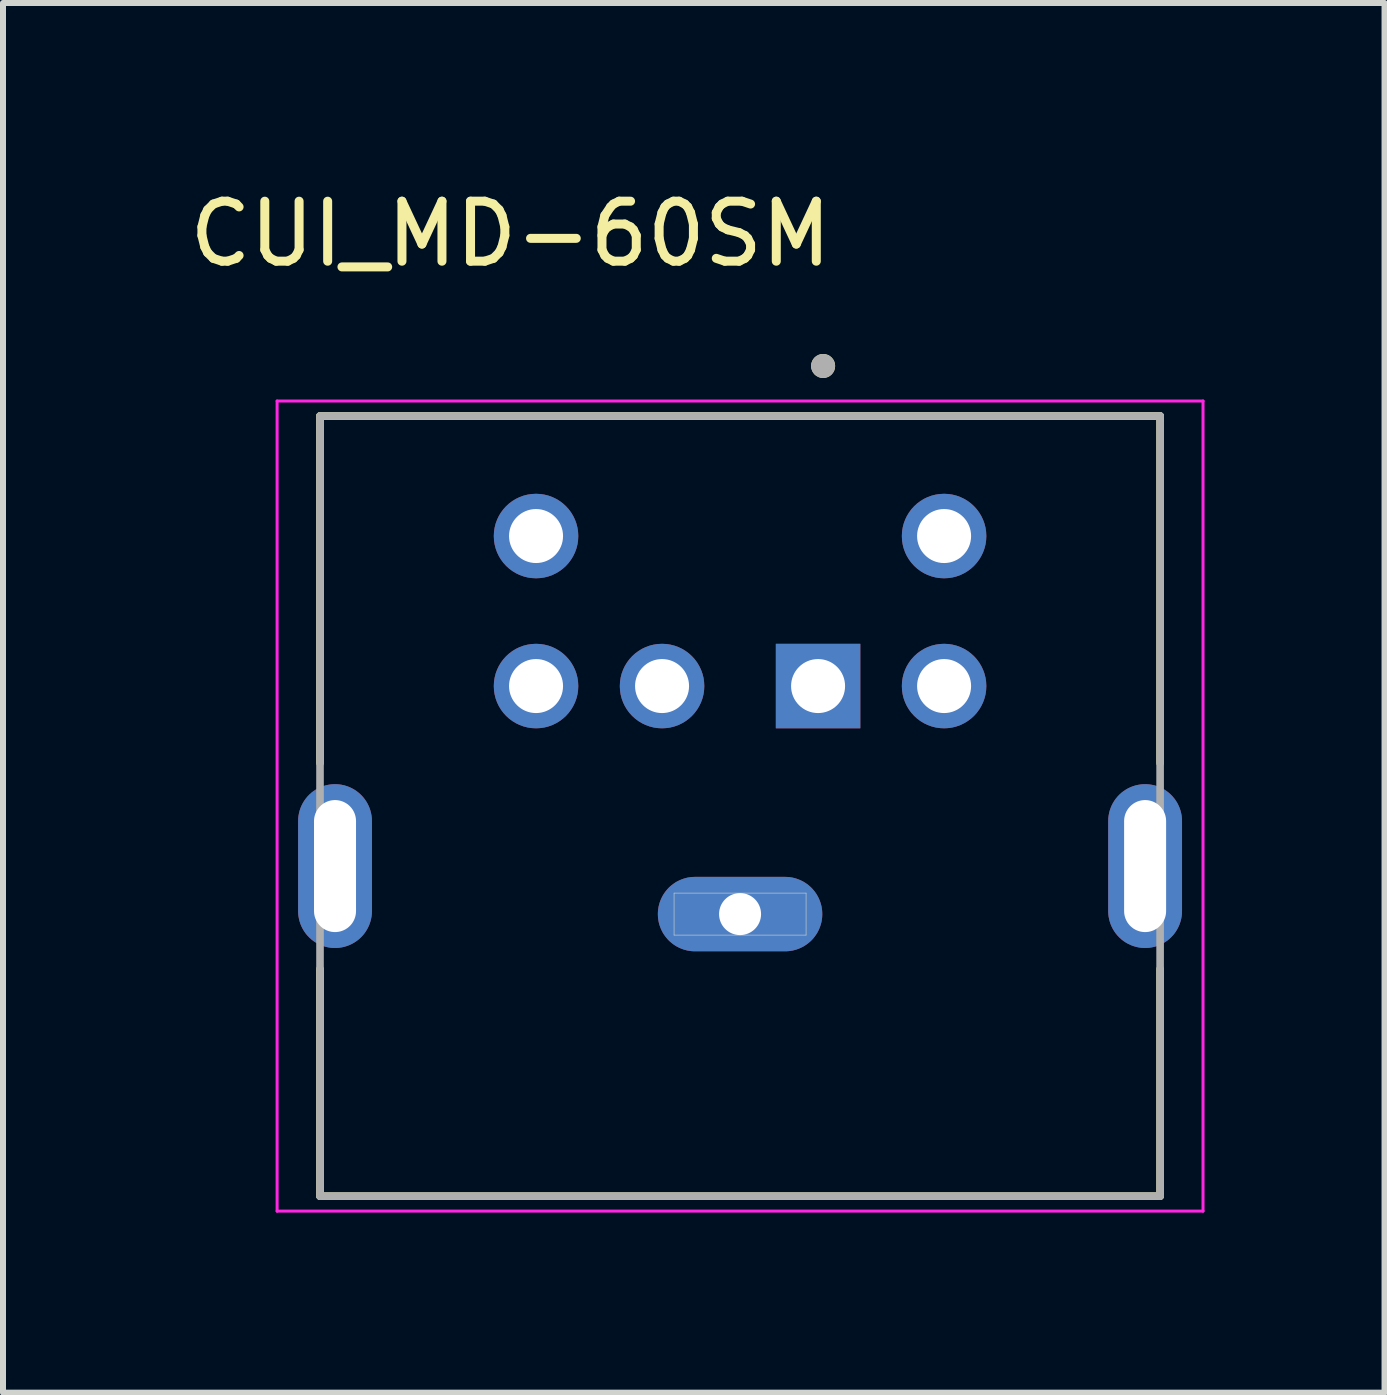
<source format=kicad_pcb>
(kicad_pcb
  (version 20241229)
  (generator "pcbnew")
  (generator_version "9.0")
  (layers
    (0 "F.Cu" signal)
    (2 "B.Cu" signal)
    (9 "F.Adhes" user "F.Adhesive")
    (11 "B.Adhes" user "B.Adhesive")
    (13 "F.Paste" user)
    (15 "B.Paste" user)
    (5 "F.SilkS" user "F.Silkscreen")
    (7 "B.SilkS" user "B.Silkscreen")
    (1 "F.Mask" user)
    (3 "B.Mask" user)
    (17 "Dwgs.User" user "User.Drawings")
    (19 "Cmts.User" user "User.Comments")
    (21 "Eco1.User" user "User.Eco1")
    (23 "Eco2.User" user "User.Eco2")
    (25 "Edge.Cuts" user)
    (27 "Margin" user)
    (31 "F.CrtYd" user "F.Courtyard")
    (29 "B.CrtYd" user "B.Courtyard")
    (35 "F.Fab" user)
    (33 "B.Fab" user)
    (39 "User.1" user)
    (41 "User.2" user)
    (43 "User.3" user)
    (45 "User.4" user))
  (footprint "CUI_MD-60SM"
    (layer "F.Cu")
    (at 9.283 12.183)
    (property "Reference" "CUI_MD-60SM" (at -3.825 -11.335 0) (layer "F.SilkS") (effects (font (size 1 1) (thickness 0.15))))
    (attr through_hole)
    (fp_poly (pts (xy 0 0.715) (xy -0.75 0.715) (xy -0.787 0.714) (xy -0.825 0.711) (xy -0.862 0.706) (xy -0.899 0.699) (xy -0.935 0.691) (xy -0.971 0.68) (xy -1.006 0.668) (xy -1.041 0.653) (xy -1.075 0.637) (xy -1.107 0.619) (xy -1.139 0.6) (xy -1.17 0.578) (xy -1.2 0.556) (xy -1.228 0.531) (xy -1.256 0.506) (xy -1.281 0.478) (xy -1.306 0.45) (xy -1.328 0.42) (xy -1.35 0.389) (xy -1.369 0.357) (xy -1.387 0.325) (xy -1.403 0.291) (xy -1.418 0.256) (xy -1.43 0.221) (xy -1.441 0.185) (xy -1.449 0.149) (xy -1.456 0.112) (xy -1.461 0.075) (xy -1.464 0.037) (xy -1.465 0) (xy -1.464 -0.037) (xy -1.461 -0.075) (xy -1.456 -0.112) (xy -1.449 -0.149) (xy -1.441 -0.185) (xy -1.43 -0.221) (xy -1.418 -0.256) (xy -1.403 -0.291) (xy -1.387 -0.325) (xy -1.369 -0.357) (xy -1.35 -0.389) (xy -1.328 -0.42) (xy -1.306 -0.45) (xy -1.281 -0.478) (xy -1.256 -0.506) (xy -1.228 -0.531) (xy -1.2 -0.556) (xy -1.17 -0.578) (xy -1.139 -0.6) (xy -1.107 -0.619) (xy -1.075 -0.637) (xy -1.041 -0.653) (xy -1.006 -0.668) (xy -0.971 -0.68) (xy -0.935 -0.691) (xy -0.899 -0.699) (xy -0.862 -0.706) (xy -0.825 -0.711) (xy -0.787 -0.714) (xy -0.75 -0.715) (xy 0 -0.715) (xy 0.75 -0.715) (xy 0.787 -0.714) (xy 0.825 -0.711) (xy 0.862 -0.706) (xy 0.899 -0.699) (xy 0.935 -0.691) (xy 0.971 -0.68) (xy 1.006 -0.668) (xy 1.041 -0.653) (xy 1.075 -0.637) (xy 1.107 -0.619) (xy 1.139 -0.6) (xy 1.17 -0.578) (xy 1.2 -0.556) (xy 1.228 -0.531) (xy 1.256 -0.506) (xy 1.281 -0.478) (xy 1.306 -0.45) (xy 1.328 -0.42) (xy 1.35 -0.389) (xy 1.369 -0.357) (xy 1.387 -0.325) (xy 1.403 -0.291) (xy 1.418 -0.256) (xy 1.43 -0.221) (xy 1.441 -0.185) (xy 1.449 -0.149) (xy 1.456 -0.112) (xy 1.461 -0.075) (xy 1.464 -0.037) (xy 1.465 0) (xy 1.464 0.037) (xy 1.461 0.075) (xy 1.456 0.112) (xy 1.449 0.149) (xy 1.441 0.185) (xy 1.43 0.221) (xy 1.418 0.256) (xy 1.403 0.291) (xy 1.387 0.325) (xy 1.369 0.357) (xy 1.35 0.389) (xy 1.328 0.42) (xy 1.306 0.45) (xy 1.281 0.478) (xy 1.256 0.506) (xy 1.228 0.531) (xy 1.2 0.556) (xy 1.17 0.578) (xy 1.139 0.6) (xy 1.107 0.619) (xy 1.075 0.637) (xy 1.041 0.653) (xy 1.006 0.668) (xy 0.971 0.68) (xy 0.935 0.691) (xy 0.899 0.699) (xy 0.862 0.706) (xy 0.825 0.711) (xy 0.787 0.714) (xy 0.75 0.715) (xy 0 0.715)) (stroke (width 0.01) (type solid)) (fill yes) (layer "F.Mask"))
    (fp_poly (pts (xy 0 0.715) (xy -0.75 0.715) (xy -0.787 0.714) (xy -0.825 0.711) (xy -0.862 0.706) (xy -0.899 0.699) (xy -0.935 0.691) (xy -0.971 0.68) (xy -1.006 0.668) (xy -1.041 0.653) (xy -1.075 0.637) (xy -1.107 0.619) (xy -1.139 0.6) (xy -1.17 0.578) (xy -1.2 0.556) (xy -1.228 0.531) (xy -1.256 0.506) (xy -1.281 0.478) (xy -1.306 0.45) (xy -1.328 0.42) (xy -1.35 0.389) (xy -1.369 0.357) (xy -1.387 0.325) (xy -1.403 0.291) (xy -1.418 0.256) (xy -1.43 0.221) (xy -1.441 0.185) (xy -1.449 0.149) (xy -1.456 0.112) (xy -1.461 0.075) (xy -1.464 0.037) (xy -1.465 0) (xy -1.464 -0.037) (xy -1.461 -0.075) (xy -1.456 -0.112) (xy -1.449 -0.149) (xy -1.441 -0.185) (xy -1.43 -0.221) (xy -1.418 -0.256) (xy -1.403 -0.291) (xy -1.387 -0.325) (xy -1.369 -0.357) (xy -1.35 -0.389) (xy -1.328 -0.42) (xy -1.306 -0.45) (xy -1.281 -0.478) (xy -1.256 -0.506) (xy -1.228 -0.531) (xy -1.2 -0.556) (xy -1.17 -0.578) (xy -1.139 -0.6) (xy -1.107 -0.619) (xy -1.075 -0.637) (xy -1.041 -0.653) (xy -1.006 -0.668) (xy -0.971 -0.68) (xy -0.935 -0.691) (xy -0.899 -0.699) (xy -0.862 -0.706) (xy -0.825 -0.711) (xy -0.787 -0.714) (xy -0.75 -0.715) (xy 0 -0.715) (xy 0.75 -0.715) (xy 0.787 -0.714) (xy 0.825 -0.711) (xy 0.862 -0.706) (xy 0.899 -0.699) (xy 0.935 -0.691) (xy 0.971 -0.68) (xy 1.006 -0.668) (xy 1.041 -0.653) (xy 1.075 -0.637) (xy 1.107 -0.619) (xy 1.139 -0.6) (xy 1.17 -0.578) (xy 1.2 -0.556) (xy 1.228 -0.531) (xy 1.256 -0.506) (xy 1.281 -0.478) (xy 1.306 -0.45) (xy 1.328 -0.42) (xy 1.35 -0.389) (xy 1.369 -0.357) (xy 1.387 -0.325) (xy 1.403 -0.291) (xy 1.418 -0.256) (xy 1.43 -0.221) (xy 1.441 -0.185) (xy 1.449 -0.149) (xy 1.456 -0.112) (xy 1.461 -0.075) (xy 1.464 -0.037) (xy 1.465 0) (xy 1.464 0.037) (xy 1.461 0.075) (xy 1.456 0.112) (xy 1.449 0.149) (xy 1.441 0.185) (xy 1.43 0.221) (xy 1.418 0.256) (xy 1.403 0.291) (xy 1.387 0.325) (xy 1.369 0.357) (xy 1.35 0.389) (xy 1.328 0.42) (xy 1.306 0.45) (xy 1.281 0.478) (xy 1.256 0.506) (xy 1.228 0.531) (xy 1.2 0.556) (xy 1.17 0.578) (xy 1.139 0.6) (xy 1.107 0.619) (xy 1.075 0.637) (xy 1.041 0.653) (xy 1.006 0.668) (xy 0.971 0.68) (xy 0.935 0.691) (xy 0.899 0.699) (xy 0.862 0.706) (xy 0.825 0.711) (xy 0.787 0.714) (xy 0.75 0.715) (xy 0 0.715)) (stroke (width 0.01) (type solid)) (fill yes) (layer "B.Mask"))
    (fp_line (start -7 -8.3) (end 7 -8.3) (stroke (width 0.127) (type solid)) (layer "F.SilkS"))
    (fp_line (start -7 -2.515) (end -7 -8.3) (stroke (width 0.127) (type solid)) (layer "F.SilkS"))
    (fp_line (start -7 4.7) (end -7 0.915) (stroke (width 0.127) (type solid)) (layer "F.SilkS"))
    (fp_line (start 7 -8.3) (end 7 -2.515) (stroke (width 0.127) (type solid)) (layer "F.SilkS"))
    (fp_line (start 7 4.7) (end -7 4.7) (stroke (width 0.127) (type solid)) (layer "F.SilkS"))
    (fp_line (start 7 4.7) (end 7 0.915) (stroke (width 0.127) (type solid)) (layer "F.SilkS"))
    (fp_circle (center 1.384 -9.134) (end 1.484 -9.134) (stroke (width 0.2) (type solid)) (fill no) (layer "F.SilkS"))
    (fp_line (start -1.1 -0.35) (end 1.1 -0.35) (stroke (width 0.01) (type solid)) (layer "Edge.Cuts"))
    (fp_line (start -1.1 0.35) (end -1.1 -0.35) (stroke (width 0.01) (type solid)) (layer "Edge.Cuts"))
    (fp_line (start 1.1 -0.35) (end 1.1 0.35) (stroke (width 0.01) (type solid)) (layer "Edge.Cuts"))
    (fp_line (start 1.1 0.35) (end -1.1 0.35) (stroke (width 0.01) (type solid)) (layer "Edge.Cuts"))
    (fp_line (start -7.715 -8.55) (end -7.715 4.95) (stroke (width 0.05) (type solid)) (layer "F.CrtYd"))
    (fp_line (start -7.715 4.95) (end 7.715 4.95) (stroke (width 0.05) (type solid)) (layer "F.CrtYd"))
    (fp_line (start 7.715 -8.55) (end -7.715 -8.55) (stroke (width 0.05) (type solid)) (layer "F.CrtYd"))
    (fp_line (start 7.715 4.95) (end 7.715 -8.55) (stroke (width 0.05) (type solid)) (layer "F.CrtYd"))
    (fp_line (start -7 -8.3) (end 7 -8.3) (stroke (width 0.127) (type solid)) (layer "F.Fab"))
    (fp_line (start -7 4.7) (end -7 -8.3) (stroke (width 0.127) (type solid)) (layer "F.Fab"))
    (fp_line (start 7 -8.3) (end 7 4.7) (stroke (width 0.127) (type solid)) (layer "F.Fab"))
    (fp_line (start 7 4.7) (end -7 4.7) (stroke (width 0.127) (type solid)) (layer "F.Fab"))
    (fp_circle (center 1.384 -9.134) (end 1.484 -9.134) (stroke (width 0.2) (type solid)) (fill no) (layer "F.Fab"))
    (pad "1" thru_hole rect (at 1.3 -3.8) (size 1.408 1.408) (drill 0.9) (layers "*.Cu" "*.Mask"))
    (pad "2" thru_hole circle (at -1.3 -3.8) (size 1.408 1.408) (drill 0.9) (layers "*.Cu" "*.Mask"))
    (pad "3" thru_hole circle (at 3.4 -3.8) (size 1.408 1.408) (drill 0.9) (layers "*.Cu" "*.Mask"))
    (pad "4" thru_hole circle (at -3.4 -3.8) (size 1.408 1.408) (drill 0.9) (layers "*.Cu" "*.Mask"))
    (pad "5" thru_hole circle (at 3.4 -6.3) (size 1.408 1.408) (drill 0.9) (layers "*.Cu" "*.Mask"))
    (pad "6" thru_hole circle (at -3.4 -6.3) (size 1.408 1.408) (drill 0.9) (layers "*.Cu" "*.Mask"))
    (pad "S1" thru_hole custom (at 0 0) (size 1.23 1.23) (drill 0.7) (layers "*.Cu") (options (anchor circle)) (primitives (gr_poly (pts (xy 0 0.615) (xy -0.75 0.615) (xy -0.782 0.614) (xy -0.814 0.612) (xy -0.846 0.607) (xy -0.878 0.602) (xy -0.909 0.594) (xy -0.94 0.585) (xy -0.97 0.574) (xy -1 0.562) (xy -1.029 0.548) (xy -1.058 0.533) (xy -1.085 0.516) (xy -1.111 0.498) (xy -1.137 0.478) (xy -1.162 0.457) (xy -1.185 0.435) (xy -1.207 0.412) (xy -1.228 0.387) (xy -1.248 0.361) (xy -1.266 0.335) (xy -1.283 0.308) (xy -1.298 0.279) (xy -1.312 0.25) (xy -1.324 0.22) (xy -1.335 0.19) (xy -1.344 0.159) (xy -1.352 0.128) (xy -1.357 0.096) (xy -1.362 0.064) (xy -1.364 0.032) (xy -1.365 0) (xy -1.364 -0.032) (xy -1.362 -0.064) (xy -1.357 -0.096) (xy -1.352 -0.128) (xy -1.344 -0.159) (xy -1.335 -0.19) (xy -1.324 -0.22) (xy -1.312 -0.25) (xy -1.298 -0.279) (xy -1.283 -0.307) (xy -1.266 -0.335) (xy -1.248 -0.361) (xy -1.228 -0.387) (xy -1.207 -0.412) (xy -1.185 -0.435) (xy -1.162 -0.457) (xy -1.137 -0.478) (xy -1.111 -0.498) (xy -1.085 -0.516) (xy -1.058 -0.533) (xy -1.029 -0.548) (xy -1 -0.562) (xy -0.97 -0.574) (xy -0.94 -0.585) (xy -0.909 -0.594) (xy -0.878 -0.602) (xy -0.846 -0.607) (xy -0.814 -0.612) (xy -0.782 -0.614) (xy -0.75 -0.615) (xy 0 -0.615) (xy 0.75 -0.615) (xy 0.782 -0.614) (xy 0.814 -0.612) (xy 0.846 -0.607) (xy 0.878 -0.602) (xy 0.909 -0.594) (xy 0.94 -0.585) (xy 0.97 -0.574) (xy 1 -0.562) (xy 1.029 -0.548) (xy 1.058 -0.533) (xy 1.085 -0.516) (xy 1.111 -0.498) (xy 1.137 -0.478) (xy 1.162 -0.457) (xy 1.185 -0.435) (xy 1.207 -0.412) (xy 1.228 -0.387) (xy 1.248 -0.361) (xy 1.266 -0.335) (xy 1.283 -0.307) (xy 1.298 -0.279) (xy 1.312 -0.25) (xy 1.324 -0.22) (xy 1.335 -0.19) (xy 1.344 -0.159) (xy 1.352 -0.128) (xy 1.357 -0.096) (xy 1.362 -0.064) (xy 1.364 -0.032) (xy 1.365 0) (xy 1.364 0.032) (xy 1.362 0.064) (xy 1.357 0.096) (xy 1.352 0.128) (xy 1.344 0.159) (xy 1.335 0.19) (xy 1.324 0.22) (xy 1.312 0.25) (xy 1.298 0.279) (xy 1.283 0.307) (xy 1.266 0.335) (xy 1.248 0.361) (xy 1.228 0.387) (xy 1.207 0.412) (xy 1.185 0.435) (xy 1.162 0.457) (xy 1.137 0.478) (xy 1.111 0.498) (xy 1.085 0.516) (xy 1.058 0.533) (xy 1.029 0.548) (xy 1 0.562) (xy 0.97 0.574) (xy 0.94 0.585) (xy 0.909 0.594) (xy 0.878 0.602) (xy 0.846 0.607) (xy 0.814 0.612) (xy 0.782 0.614) (xy 0.75 0.615) (xy 0 0.615)) (width 0.01) (fill yes))))
    (pad "S2" thru_hole oval (at -6.75 -0.8) (size 1.23 2.73) (drill oval 0.7 2.2) (layers "*.Cu" "*.Mask"))
    (pad "S3" thru_hole oval (at 6.75 -0.8) (size 1.23 2.73) (drill oval 0.7 2.2) (layers "*.Cu" "*.Mask")))
  (gr_rect
    (start -3 -3)
    (end 20.023 20.158)
    (stroke (width 0.1) (type default))
    (fill no)
    (layer "Edge.Cuts")))
</source>
